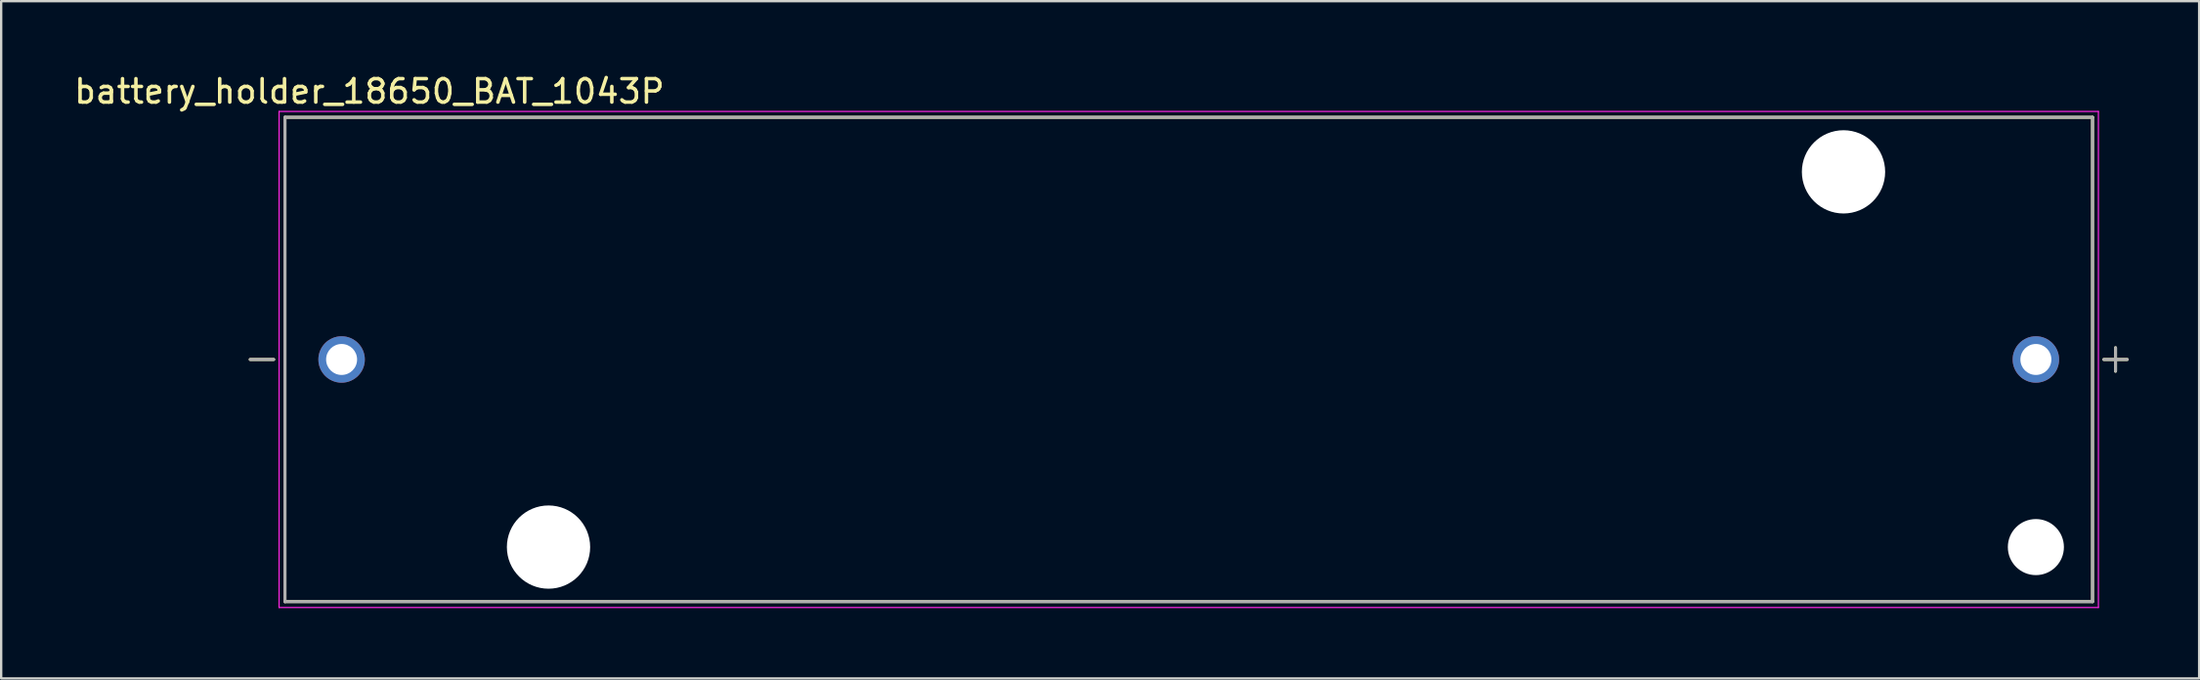
<source format=kicad_pcb>
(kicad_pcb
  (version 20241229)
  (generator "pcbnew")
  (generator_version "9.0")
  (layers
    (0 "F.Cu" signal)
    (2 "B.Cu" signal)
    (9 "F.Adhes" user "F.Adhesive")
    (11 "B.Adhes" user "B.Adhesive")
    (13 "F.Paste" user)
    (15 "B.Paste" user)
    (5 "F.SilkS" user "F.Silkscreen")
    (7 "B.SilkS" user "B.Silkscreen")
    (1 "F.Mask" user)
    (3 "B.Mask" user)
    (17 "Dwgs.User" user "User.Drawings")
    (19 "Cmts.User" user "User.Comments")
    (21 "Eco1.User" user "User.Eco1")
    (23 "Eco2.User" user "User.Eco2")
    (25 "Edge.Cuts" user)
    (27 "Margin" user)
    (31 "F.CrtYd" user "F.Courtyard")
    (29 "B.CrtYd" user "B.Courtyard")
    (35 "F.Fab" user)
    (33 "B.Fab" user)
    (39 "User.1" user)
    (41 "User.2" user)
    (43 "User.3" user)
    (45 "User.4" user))
  (footprint "battery_holder_18650_BAT_1043P"
    (layer "F.Cu")
    (at 47.621 12.278)
    (property "Reference" "battery_holder_18650_BAT_1043P" (at -34.925 -11.43 0) (layer "F.SilkS") (effects (font (size 1 1) (thickness 0.15))))
    (attr through_hole)
    (fp_line (start -39.005 0) (end -40.005 0) (stroke (width 0.127) (type solid)) (layer "F.SilkS"))
    (fp_line (start -38.525 -10.325) (end 38.525 -10.325) (stroke (width 0.127) (type solid)) (layer "F.SilkS"))
    (fp_line (start -38.525 10.325) (end -38.525 -10.325) (stroke (width 0.127) (type solid)) (layer "F.SilkS"))
    (fp_line (start 38.525 -10.325) (end 38.525 10.325) (stroke (width 0.127) (type solid)) (layer "F.SilkS"))
    (fp_line (start 38.525 10.325) (end -38.525 10.325) (stroke (width 0.127) (type solid)) (layer "F.SilkS"))
    (fp_line (start 39.505 0.5) (end 39.505 -0.5) (stroke (width 0.127) (type solid)) (layer "F.SilkS"))
    (fp_line (start 40.005 0) (end 39.005 0) (stroke (width 0.127) (type solid)) (layer "F.SilkS"))
    (fp_line (start -38.775 -10.575) (end 38.775 -10.575) (stroke (width 0.05) (type solid)) (layer "F.CrtYd"))
    (fp_line (start -38.775 10.575) (end -38.775 -10.575) (stroke (width 0.05) (type solid)) (layer "F.CrtYd"))
    (fp_line (start 38.775 -10.575) (end 38.775 10.575) (stroke (width 0.05) (type solid)) (layer "F.CrtYd"))
    (fp_line (start 38.775 10.575) (end -38.775 10.575) (stroke (width 0.05) (type solid)) (layer "F.CrtYd"))
    (fp_line (start -39.005 0) (end -40.005 0) (stroke (width 0.127) (type solid)) (layer "F.Fab"))
    (fp_line (start -38.525 -10.325) (end 38.525 -10.325) (stroke (width 0.127) (type solid)) (layer "F.Fab"))
    (fp_line (start -38.525 10.325) (end -38.525 -10.325) (stroke (width 0.127) (type solid)) (layer "F.Fab"))
    (fp_line (start 38.525 -10.325) (end 38.525 10.325) (stroke (width 0.127) (type solid)) (layer "F.Fab"))
    (fp_line (start 38.525 10.325) (end -38.525 10.325) (stroke (width 0.127) (type solid)) (layer "F.Fab"))
    (fp_line (start 39.005 0) (end 40.005 0) (stroke (width 0.127) (type solid)) (layer "F.Fab"))
    (fp_line (start 39.505 0.5) (end 39.505 -0.5) (stroke (width 0.127) (type solid)) (layer "F.Fab"))
    (pad "" np_thru_hole circle (at -27.29 8) (size 3.55 3.55) (drill 3.55) (layers "*.Cu" "*.Mask"))
    (pad "" np_thru_hole circle (at 27.91 -8) (size 3.55 3.55) (drill 3.55) (layers "*.Cu" "*.Mask"))
    (pad "" np_thru_hole circle (at 36.11 8) (size 2.39 2.39) (drill 2.39) (layers "*.Cu" "*.Mask"))
    (pad "N" thru_hole circle (at -36.11 0) (size 1.98 1.98) (drill 1.32) (layers "*.Cu" "*.Mask"))
    (pad "P" thru_hole circle (at 36.11 0) (size 1.98 1.98) (drill 1.32) (layers "*.Cu" "*.Mask")))
  (gr_rect
    (start -3 -3)
    (end 90.69 25.878)
    (stroke (width 0.1) (type default))
    (fill no)
    (layer "Edge.Cuts")))
</source>
